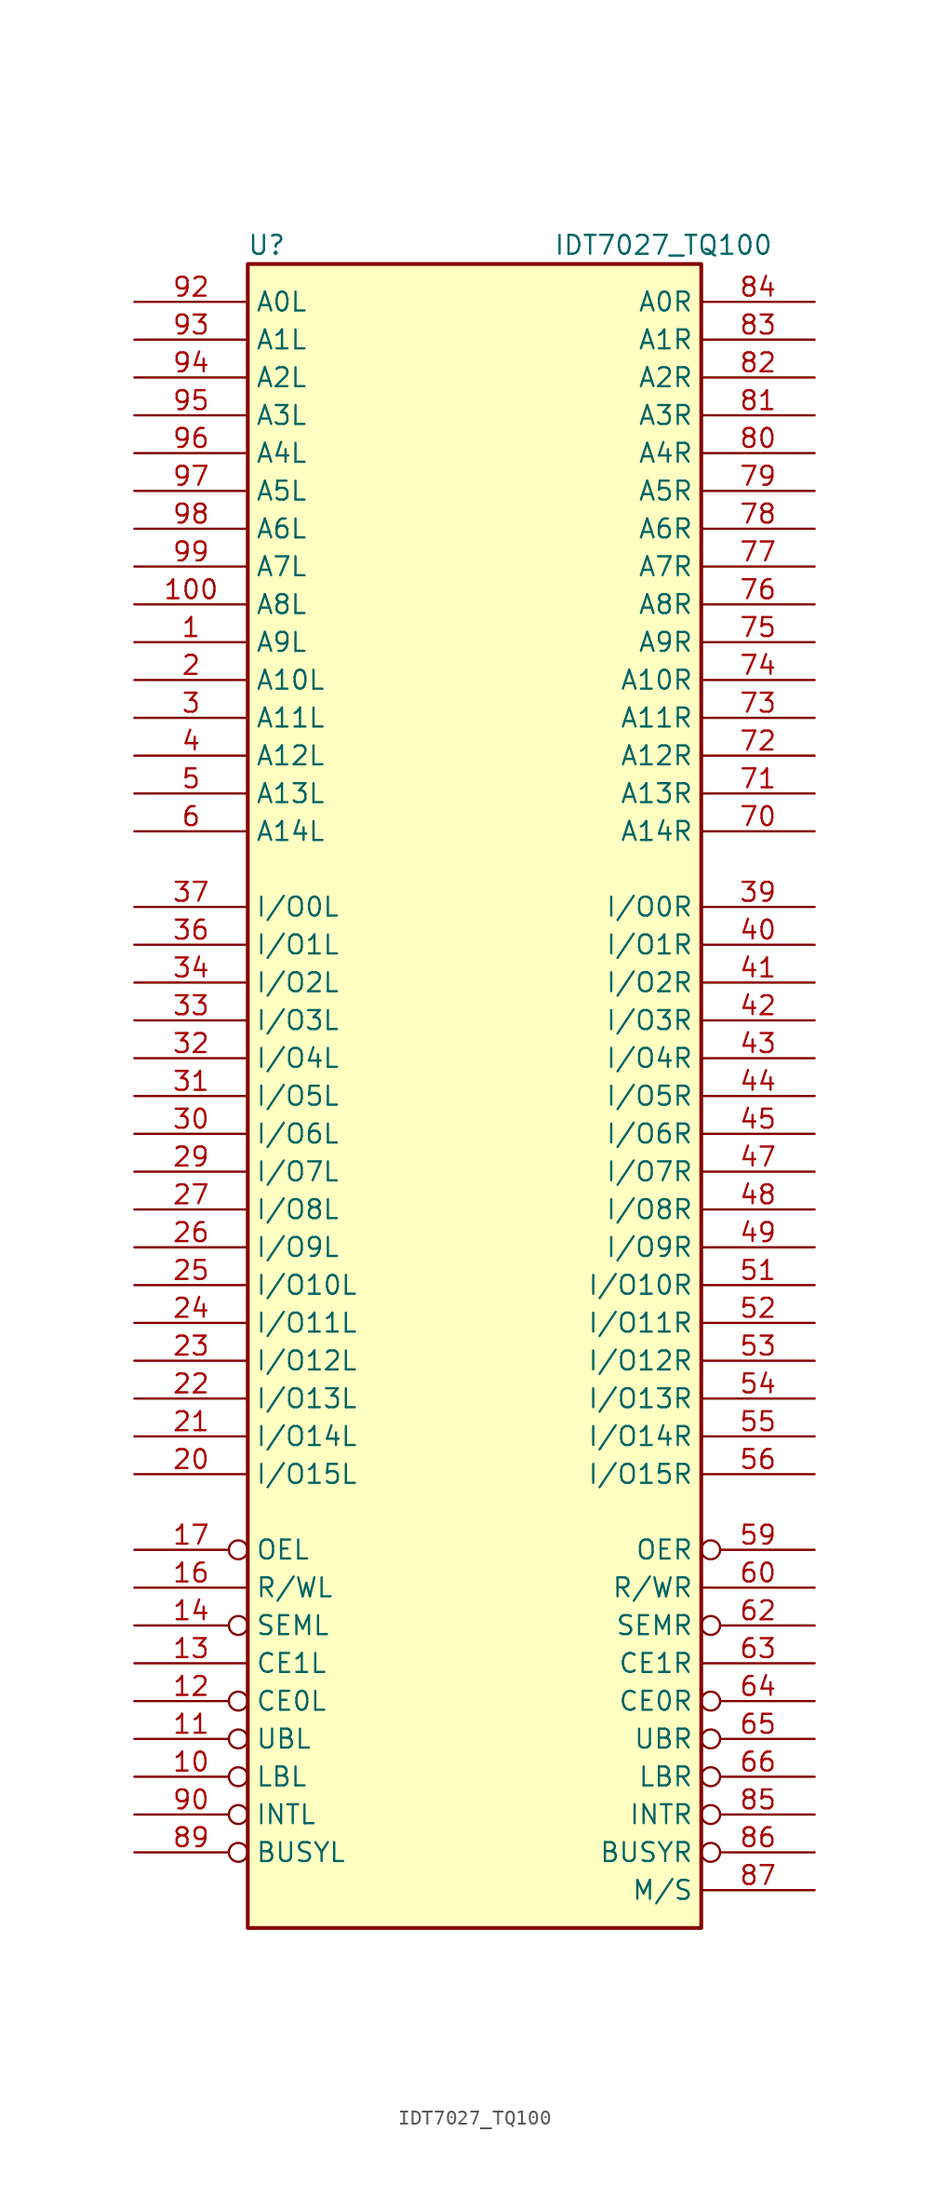
<source format=kicad_sym>
(kicad_symbol_lib
  (version 20211014)
  (generator kicad_symbol_editor)
  (symbol "IDT7027_TQ100"
    (property "Reference" "U"
      (at -13.97 57.15 0)
      (effects (font (size 1.27 1.27))))
    (property "Value" "IDT7027_TQ100"
      (at 12.7 57.15 0)
      (effects (font (size 1.27 1.27))))
    (symbol "IDT7027_TQ100_0_1"
      (rectangle (start -15.24 55.88) (end 15.24 -55.88) (stroke (width 0.254) (type default) (color 0 0 0 0)) (fill (type background))))
    (symbol "IDT7027_TQ100_1_1"
      (pin input line (at -22.86 30.48 0) (length 7.62) (name "A9L" (effects (font (size 1.27 1.27)))) (number "1" (effects (font (size 1.27 1.27)))))
      (pin input inverted (at -22.86 -45.72 0) (length 7.62) (name "LBL" (effects (font (size 1.27 1.27)))) (number "10" (effects (font (size 1.27 1.27)))))
      (pin input line (at -22.86 33.02 0) (length 7.62) (name "A8L" (effects (font (size 1.27 1.27)))) (number "100" (effects (font (size 1.27 1.27)))))
      (pin input inverted (at -22.86 -43.18 0) (length 7.62) (name "UBL" (effects (font (size 1.27 1.27)))) (number "11" (effects (font (size 1.27 1.27)))))
      (pin input inverted (at -22.86 -40.64 0) (length 7.62) (name "CE0L" (effects (font (size 1.27 1.27)))) (number "12" (effects (font (size 1.27 1.27)))))
      (pin input line (at -22.86 -38.1 0) (length 7.62) (name "CE1L" (effects (font (size 1.27 1.27)))) (number "13" (effects (font (size 1.27 1.27)))))
      (pin input inverted (at -22.86 -35.56 0) (length 7.62) (name "SEML" (effects (font (size 1.27 1.27)))) (number "14" (effects (font (size 1.27 1.27)))))
      (pin power_in line (at -2.54 55.88 270) (length 0) hide (name "VCC" (effects (font (size 0.762 0.762)))) (number "15" (effects (font (size 0.762 0.762)))))
      (pin input line (at -22.86 -33.02 0) (length 7.62) (name "R/WL" (effects (font (size 1.27 1.27)))) (number "16" (effects (font (size 1.27 1.27)))))
      (pin input inverted (at -22.86 -30.48 0) (length 7.62) (name "OEL" (effects (font (size 1.27 1.27)))) (number "17" (effects (font (size 1.27 1.27)))))
      (pin power_in line (at -8.89 -55.88 90) (length 0) hide (name "GND" (effects (font (size 0.762 0.762)))) (number "18" (effects (font (size 0.762 0.762)))))
      (pin power_in line (at -6.35 -55.88 90) (length 0) hide (name "GND" (effects (font (size 0.762 0.762)))) (number "19" (effects (font (size 0.762 0.762)))))
      (pin input line (at -22.86 27.94 0) (length 7.62) (name "A10L" (effects (font (size 1.27 1.27)))) (number "2" (effects (font (size 1.27 1.27)))))
      (pin bidirectional line (at -22.86 -25.4 0) (length 7.62) (name "I/O15L" (effects (font (size 1.27 1.27)))) (number "20" (effects (font (size 1.27 1.27)))))
      (pin bidirectional line (at -22.86 -22.86 0) (length 7.62) (name "I/O14L" (effects (font (size 1.27 1.27)))) (number "21" (effects (font (size 1.27 1.27)))))
      (pin bidirectional line (at -22.86 -20.32 0) (length 7.62) (name "I/O13L" (effects (font (size 1.27 1.27)))) (number "22" (effects (font (size 1.27 1.27)))))
      (pin bidirectional line (at -22.86 -17.78 0) (length 7.62) (name "I/O12L" (effects (font (size 1.27 1.27)))) (number "23" (effects (font (size 1.27 1.27)))))
      (pin bidirectional line (at -22.86 -15.24 0) (length 7.62) (name "I/O11L" (effects (font (size 1.27 1.27)))) (number "24" (effects (font (size 1.27 1.27)))))
      (pin bidirectional line (at -22.86 -12.7 0) (length 7.62) (name "I/O10L" (effects (font (size 1.27 1.27)))) (number "25" (effects (font (size 1.27 1.27)))))
      (pin bidirectional line (at -22.86 -10.16 0) (length 7.62) (name "I/O9L" (effects (font (size 1.27 1.27)))) (number "26" (effects (font (size 1.27 1.27)))))
      (pin bidirectional line (at -22.86 -7.62 0) (length 7.62) (name "I/O8L" (effects (font (size 1.27 1.27)))) (number "27" (effects (font (size 1.27 1.27)))))
      (pin power_in line (at 0 55.88 270) (length 0) hide (name "VCC" (effects (font (size 0.762 0.762)))) (number "28" (effects (font (size 0.762 0.762)))))
      (pin bidirectional line (at -22.86 -5.08 0) (length 7.62) (name "I/O7L" (effects (font (size 1.27 1.27)))) (number "29" (effects (font (size 1.27 1.27)))))
      (pin input line (at -22.86 25.4 0) (length 7.62) (name "A11L" (effects (font (size 1.27 1.27)))) (number "3" (effects (font (size 1.27 1.27)))))
      (pin bidirectional line (at -22.86 -2.54 0) (length 7.62) (name "I/O6L" (effects (font (size 1.27 1.27)))) (number "30" (effects (font (size 1.27 1.27)))))
      (pin bidirectional line (at -22.86 0 0) (length 7.62) (name "I/O5L" (effects (font (size 1.27 1.27)))) (number "31" (effects (font (size 1.27 1.27)))))
      (pin bidirectional line (at -22.86 2.54 0) (length 7.62) (name "I/O4L" (effects (font (size 1.27 1.27)))) (number "32" (effects (font (size 1.27 1.27)))))
      (pin bidirectional line (at -22.86 5.08 0) (length 7.62) (name "I/O3L" (effects (font (size 1.27 1.27)))) (number "33" (effects (font (size 1.27 1.27)))))
      (pin bidirectional line (at -22.86 7.62 0) (length 7.62) (name "I/O2L" (effects (font (size 1.27 1.27)))) (number "34" (effects (font (size 1.27 1.27)))))
      (pin power_in line (at -3.81 -55.88 90) (length 0) hide (name "GND" (effects (font (size 0.762 0.762)))) (number "35" (effects (font (size 0.762 0.762)))))
      (pin bidirectional line (at -22.86 10.16 0) (length 7.62) (name "I/O1L" (effects (font (size 1.27 1.27)))) (number "36" (effects (font (size 1.27 1.27)))))
      (pin bidirectional line (at -22.86 12.7 0) (length 7.62) (name "I/O0L" (effects (font (size 1.27 1.27)))) (number "37" (effects (font (size 1.27 1.27)))))
      (pin power_in line (at -1.27 -55.88 90) (length 0) hide (name "GND" (effects (font (size 0.762 0.762)))) (number "38" (effects (font (size 0.762 0.762)))))
      (pin bidirectional line (at 22.86 12.7 180) (length 7.62) (name "I/O0R" (effects (font (size 1.27 1.27)))) (number "39" (effects (font (size 1.27 1.27)))))
      (pin input line (at -22.86 22.86 0) (length 7.62) (name "A12L" (effects (font (size 1.27 1.27)))) (number "4" (effects (font (size 1.27 1.27)))))
      (pin bidirectional line (at 22.86 10.16 180) (length 7.62) (name "I/O1R" (effects (font (size 1.27 1.27)))) (number "40" (effects (font (size 1.27 1.27)))))
      (pin bidirectional line (at 22.86 7.62 180) (length 7.62) (name "I/O2R" (effects (font (size 1.27 1.27)))) (number "41" (effects (font (size 1.27 1.27)))))
      (pin bidirectional line (at 22.86 5.08 180) (length 7.62) (name "I/O3R" (effects (font (size 1.27 1.27)))) (number "42" (effects (font (size 1.27 1.27)))))
      (pin bidirectional line (at 22.86 2.54 180) (length 7.62) (name "I/O4R" (effects (font (size 1.27 1.27)))) (number "43" (effects (font (size 1.27 1.27)))))
      (pin bidirectional line (at 22.86 0 180) (length 7.62) (name "I/O5R" (effects (font (size 1.27 1.27)))) (number "44" (effects (font (size 1.27 1.27)))))
      (pin bidirectional line (at 22.86 -2.54 180) (length 7.62) (name "I/O6R" (effects (font (size 1.27 1.27)))) (number "45" (effects (font (size 1.27 1.27)))))
      (pin power_in line (at 2.54 55.88 270) (length 0) hide (name "VCC" (effects (font (size 0.762 0.762)))) (number "46" (effects (font (size 0.762 0.762)))))
      (pin bidirectional line (at 22.86 -5.08 180) (length 7.62) (name "I/O7R" (effects (font (size 1.27 1.27)))) (number "47" (effects (font (size 1.27 1.27)))))
      (pin bidirectional line (at 22.86 -7.62 180) (length 7.62) (name "I/O8R" (effects (font (size 1.27 1.27)))) (number "48" (effects (font (size 1.27 1.27)))))
      (pin bidirectional line (at 22.86 -10.16 180) (length 7.62) (name "I/O9R" (effects (font (size 1.27 1.27)))) (number "49" (effects (font (size 1.27 1.27)))))
      (pin input line (at -22.86 20.32 0) (length 7.62) (name "A13L" (effects (font (size 1.27 1.27)))) (number "5" (effects (font (size 1.27 1.27)))))
      (pin bidirectional line (at 22.86 -12.7 180) (length 7.62) (name "I/O10R" (effects (font (size 1.27 1.27)))) (number "51" (effects (font (size 1.27 1.27)))))
      (pin bidirectional line (at 22.86 -15.24 180) (length 7.62) (name "I/O11R" (effects (font (size 1.27 1.27)))) (number "52" (effects (font (size 1.27 1.27)))))
      (pin bidirectional line (at 22.86 -17.78 180) (length 7.62) (name "I/O12R" (effects (font (size 1.27 1.27)))) (number "53" (effects (font (size 1.27 1.27)))))
      (pin bidirectional line (at 22.86 -20.32 180) (length 7.62) (name "I/O13R" (effects (font (size 1.27 1.27)))) (number "54" (effects (font (size 1.27 1.27)))))
      (pin bidirectional line (at 22.86 -22.86 180) (length 7.62) (name "I/O14R" (effects (font (size 1.27 1.27)))) (number "55" (effects (font (size 1.27 1.27)))))
      (pin bidirectional line (at 22.86 -25.4 180) (length 7.62) (name "I/O15R" (effects (font (size 1.27 1.27)))) (number "56" (effects (font (size 1.27 1.27)))))
      (pin power_in line (at 1.27 -55.88 90) (length 0) hide (name "GND" (effects (font (size 0.762 0.762)))) (number "57" (effects (font (size 0.762 0.762)))))
      (pin power_in line (at 3.81 -55.88 90) (length 0) hide (name "GND" (effects (font (size 0.762 0.762)))) (number "58" (effects (font (size 0.762 0.762)))))
      (pin input inverted (at 22.86 -30.48 180) (length 7.62) (name "OER" (effects (font (size 1.27 1.27)))) (number "59" (effects (font (size 1.27 1.27)))))
      (pin input line (at -22.86 17.78 0) (length 7.62) (name "A14L" (effects (font (size 1.27 1.27)))) (number "6" (effects (font (size 1.27 1.27)))))
      (pin input line (at 22.86 -33.02 180) (length 7.62) (name "R/WR" (effects (font (size 1.27 1.27)))) (number "60" (effects (font (size 1.27 1.27)))))
      (pin power_in line (at 6.35 -55.88 90) (length 0) hide (name "GND" (effects (font (size 0.762 0.762)))) (number "61" (effects (font (size 0.762 0.762)))))
      (pin input inverted (at 22.86 -35.56 180) (length 7.62) (name "SEMR" (effects (font (size 1.27 1.27)))) (number "62" (effects (font (size 1.27 1.27)))))
      (pin input line (at 22.86 -38.1 180) (length 7.62) (name "CE1R" (effects (font (size 1.27 1.27)))) (number "63" (effects (font (size 1.27 1.27)))))
      (pin input inverted (at 22.86 -40.64 180) (length 7.62) (name "CE0R" (effects (font (size 1.27 1.27)))) (number "64" (effects (font (size 1.27 1.27)))))
      (pin input inverted (at 22.86 -43.18 180) (length 7.62) (name "UBR" (effects (font (size 1.27 1.27)))) (number "65" (effects (font (size 1.27 1.27)))))
      (pin input inverted (at 22.86 -45.72 180) (length 7.62) (name "LBR" (effects (font (size 1.27 1.27)))) (number "66" (effects (font (size 1.27 1.27)))))
      (pin input line (at 22.86 17.78 180) (length 7.62) (name "A14R" (effects (font (size 1.27 1.27)))) (number "70" (effects (font (size 1.27 1.27)))))
      (pin input line (at 22.86 20.32 180) (length 7.62) (name "A13R" (effects (font (size 1.27 1.27)))) (number "71" (effects (font (size 1.27 1.27)))))
      (pin input line (at 22.86 22.86 180) (length 7.62) (name "A12R" (effects (font (size 1.27 1.27)))) (number "72" (effects (font (size 1.27 1.27)))))
      (pin input line (at 22.86 25.4 180) (length 7.62) (name "A11R" (effects (font (size 1.27 1.27)))) (number "73" (effects (font (size 1.27 1.27)))))
      (pin input line (at 22.86 27.94 180) (length 7.62) (name "A10R" (effects (font (size 1.27 1.27)))) (number "74" (effects (font (size 1.27 1.27)))))
      (pin input line (at 22.86 30.48 180) (length 7.62) (name "A9R" (effects (font (size 1.27 1.27)))) (number "75" (effects (font (size 1.27 1.27)))))
      (pin input line (at 22.86 33.02 180) (length 7.62) (name "A8R" (effects (font (size 1.27 1.27)))) (number "76" (effects (font (size 1.27 1.27)))))
      (pin input line (at 22.86 35.56 180) (length 7.62) (name "A7R" (effects (font (size 1.27 1.27)))) (number "77" (effects (font (size 1.27 1.27)))))
      (pin input line (at 22.86 38.1 180) (length 7.62) (name "A6R" (effects (font (size 1.27 1.27)))) (number "78" (effects (font (size 1.27 1.27)))))
      (pin input line (at 22.86 40.64 180) (length 7.62) (name "A5R" (effects (font (size 1.27 1.27)))) (number "79" (effects (font (size 1.27 1.27)))))
      (pin input line (at 22.86 43.18 180) (length 7.62) (name "A4R" (effects (font (size 1.27 1.27)))) (number "80" (effects (font (size 1.27 1.27)))))
      (pin input line (at 22.86 45.72 180) (length 7.62) (name "A3R" (effects (font (size 1.27 1.27)))) (number "81" (effects (font (size 1.27 1.27)))))
      (pin input line (at 22.86 48.26 180) (length 7.62) (name "A2R" (effects (font (size 1.27 1.27)))) (number "82" (effects (font (size 1.27 1.27)))))
      (pin input line (at 22.86 50.8 180) (length 7.62) (name "A1R" (effects (font (size 1.27 1.27)))) (number "83" (effects (font (size 1.27 1.27)))))
      (pin input line (at 22.86 53.34 180) (length 7.62) (name "A0R" (effects (font (size 1.27 1.27)))) (number "84" (effects (font (size 1.27 1.27)))))
      (pin output inverted (at 22.86 -48.26 180) (length 7.62) (name "INTR" (effects (font (size 1.27 1.27)))) (number "85" (effects (font (size 1.27 1.27)))))
      (pin bidirectional inverted (at 22.86 -50.8 180) (length 7.62) (name "BUSYR" (effects (font (size 1.27 1.27)))) (number "86" (effects (font (size 1.27 1.27)))))
      (pin input line (at 22.86 -53.34 180) (length 7.62) (name "M/S" (effects (font (size 1.27 1.27)))) (number "87" (effects (font (size 1.27 1.27)))))
      (pin power_in line (at 8.89 -55.88 90) (length 0) hide (name "GND" (effects (font (size 0.762 0.762)))) (number "88" (effects (font (size 0.762 0.762)))))
      (pin bidirectional inverted (at -22.86 -50.8 0) (length 7.62) (name "BUSYL" (effects (font (size 1.27 1.27)))) (number "89" (effects (font (size 1.27 1.27)))))
      (pin output inverted (at -22.86 -48.26 0) (length 7.62) (name "INTL" (effects (font (size 1.27 1.27)))) (number "90" (effects (font (size 1.27 1.27)))))
      (pin input line (at -22.86 53.34 0) (length 7.62) (name "A0L" (effects (font (size 1.27 1.27)))) (number "92" (effects (font (size 1.27 1.27)))))
      (pin input line (at -22.86 50.8 0) (length 7.62) (name "A1L" (effects (font (size 1.27 1.27)))) (number "93" (effects (font (size 1.27 1.27)))))
      (pin input line (at -22.86 48.26 0) (length 7.62) (name "A2L" (effects (font (size 1.27 1.27)))) (number "94" (effects (font (size 1.27 1.27)))))
      (pin input line (at -22.86 45.72 0) (length 7.62) (name "A3L" (effects (font (size 1.27 1.27)))) (number "95" (effects (font (size 1.27 1.27)))))
      (pin input line (at -22.86 43.18 0) (length 7.62) (name "A4L" (effects (font (size 1.27 1.27)))) (number "96" (effects (font (size 1.27 1.27)))))
      (pin input line (at -22.86 40.64 0) (length 7.62) (name "A5L" (effects (font (size 1.27 1.27)))) (number "97" (effects (font (size 1.27 1.27)))))
      (pin input line (at -22.86 38.1 0) (length 7.62) (name "A6L" (effects (font (size 1.27 1.27)))) (number "98" (effects (font (size 1.27 1.27)))))
      (pin input line (at -22.86 35.56 0) (length 7.62) (name "A7L" (effects (font (size 1.27 1.27)))) (number "99" (effects (font (size 1.27 1.27))))))))
</source>
